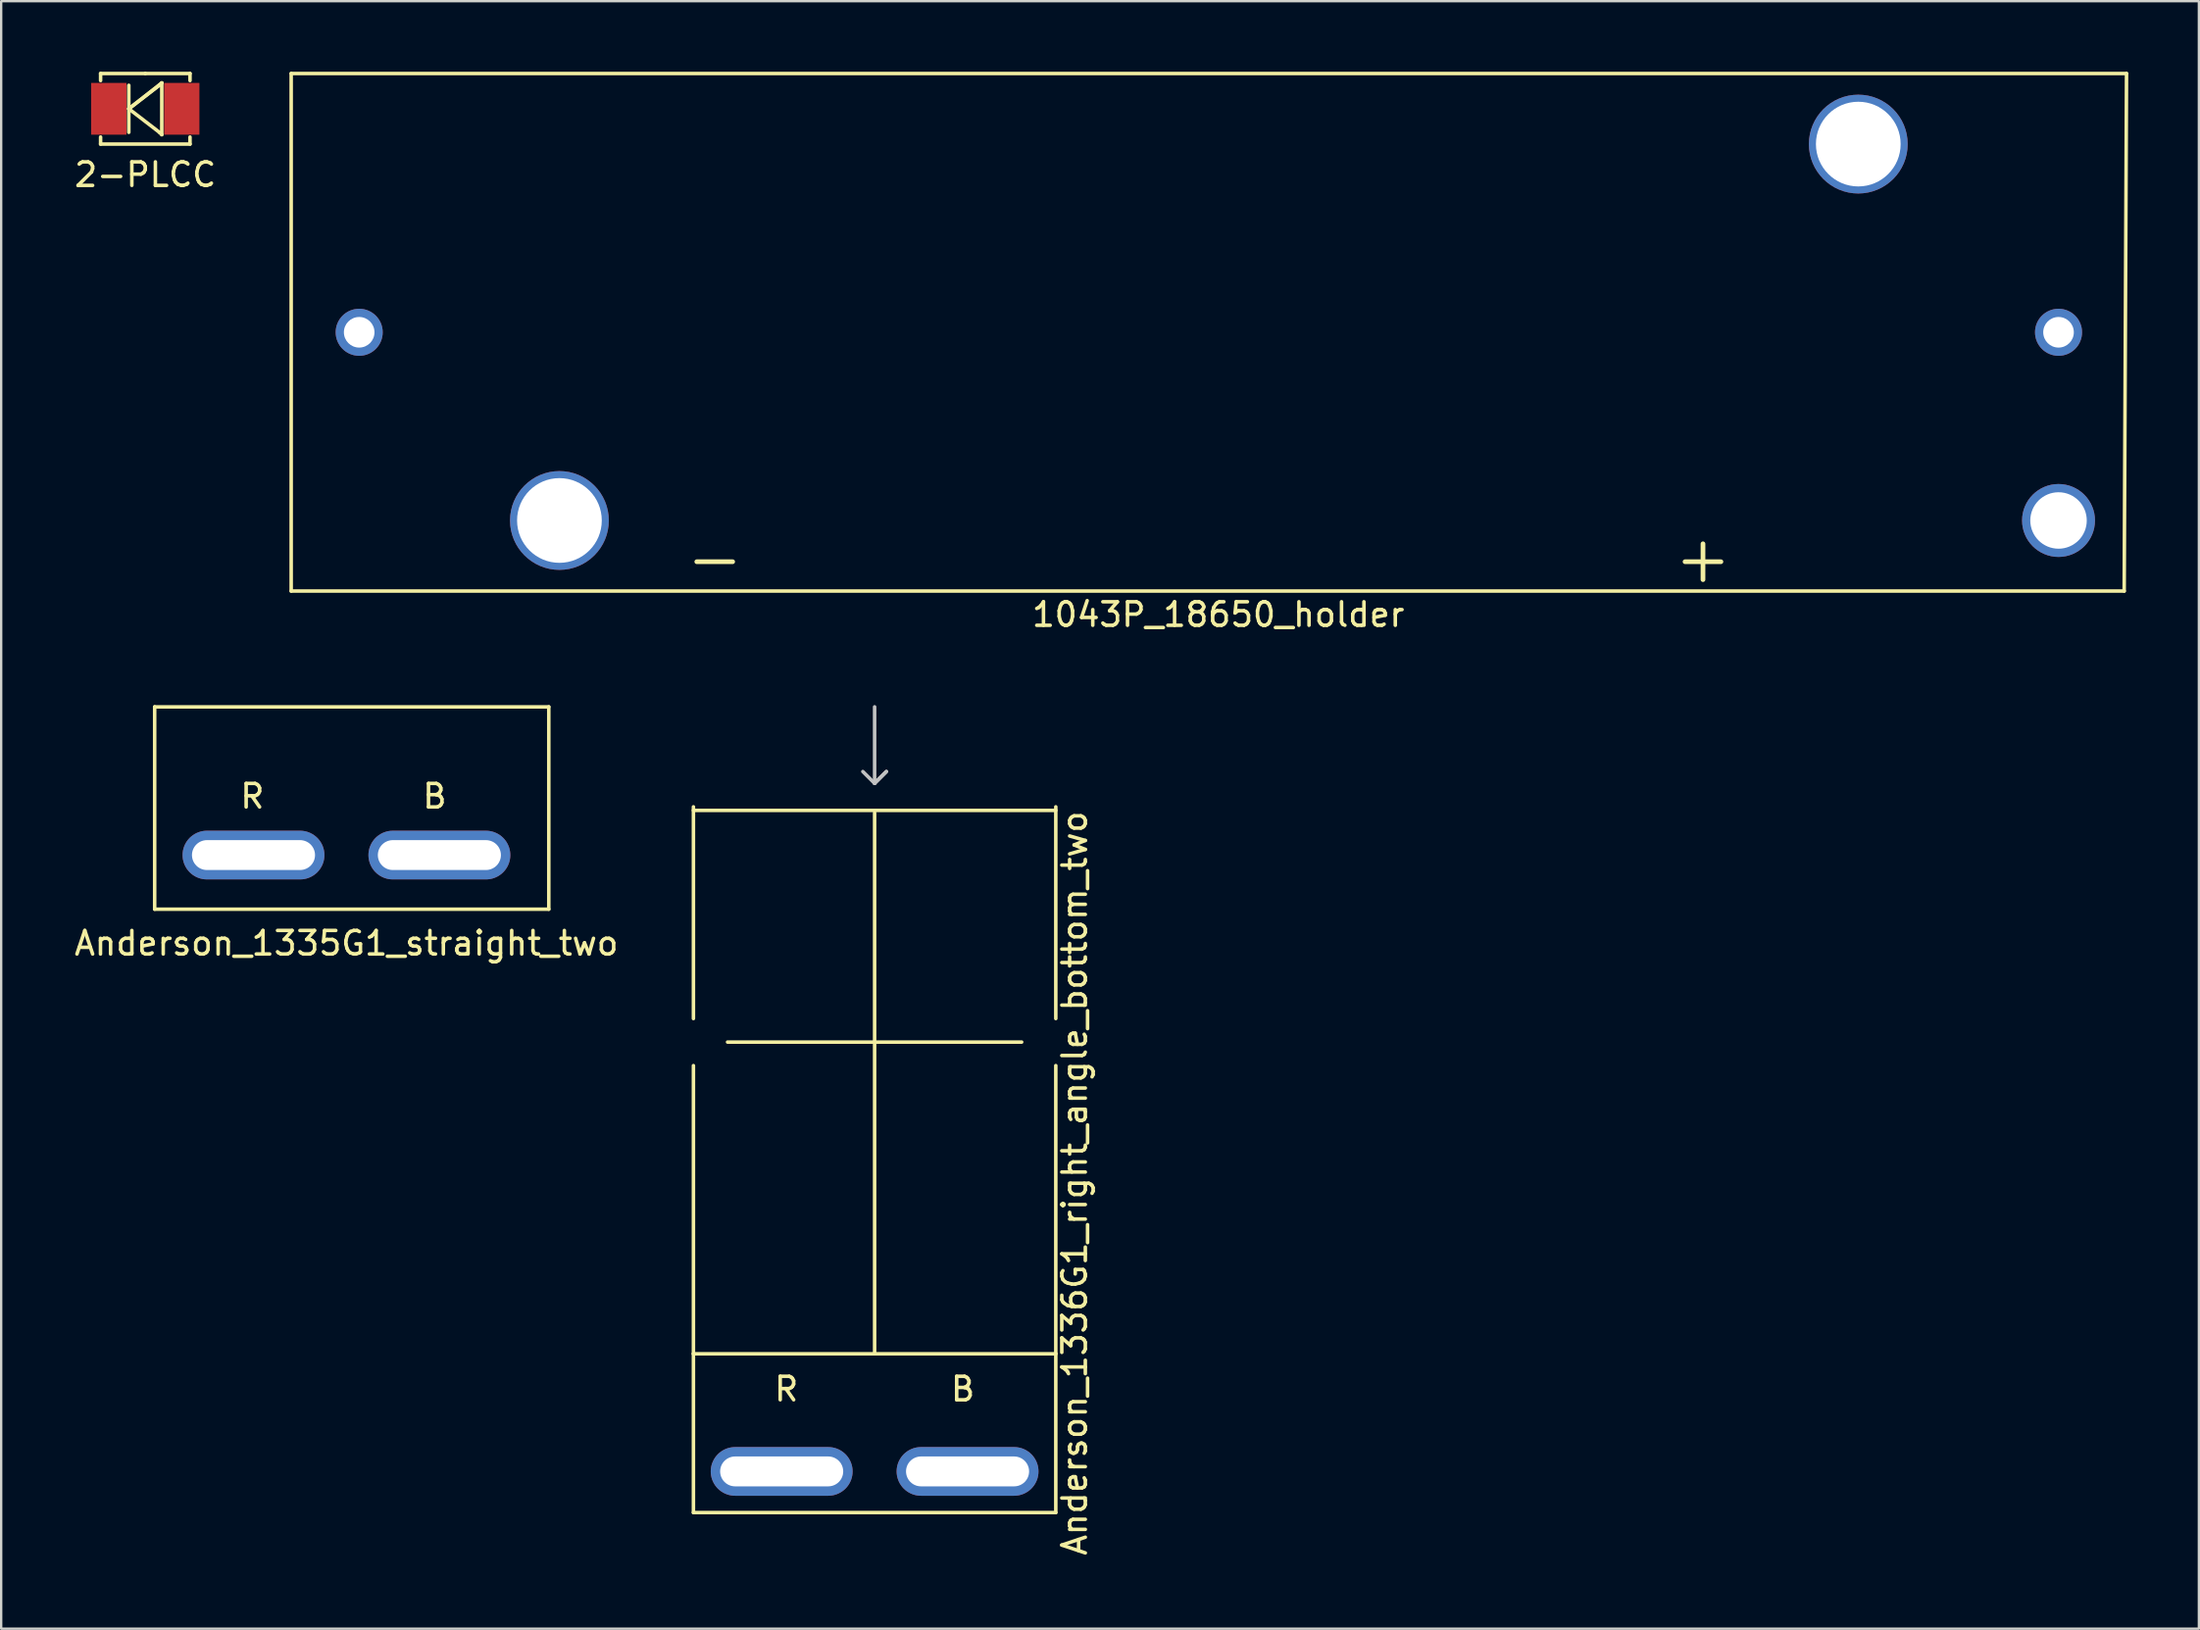
<source format=kicad_pcb>
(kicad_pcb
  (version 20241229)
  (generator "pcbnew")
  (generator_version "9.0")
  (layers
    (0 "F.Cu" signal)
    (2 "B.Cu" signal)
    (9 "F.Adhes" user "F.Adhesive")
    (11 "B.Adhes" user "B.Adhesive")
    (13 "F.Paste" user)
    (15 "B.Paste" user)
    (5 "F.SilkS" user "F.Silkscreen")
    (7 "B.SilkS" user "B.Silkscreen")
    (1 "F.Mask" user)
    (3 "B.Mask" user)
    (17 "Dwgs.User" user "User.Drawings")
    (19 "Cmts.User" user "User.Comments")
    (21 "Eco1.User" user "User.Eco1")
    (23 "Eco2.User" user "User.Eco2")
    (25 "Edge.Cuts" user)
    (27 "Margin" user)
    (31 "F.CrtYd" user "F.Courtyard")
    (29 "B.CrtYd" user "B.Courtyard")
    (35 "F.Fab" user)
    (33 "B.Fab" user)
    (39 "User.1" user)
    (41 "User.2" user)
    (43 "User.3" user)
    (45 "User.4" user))
  (footprint "Anderson_1335G1_straight_two"
    (layer "F.Cu")
    (at 11.673 31.898)
    (property "Reference" "Anderson_1335G1_straight_two" (at 0 5.15 0) (layer "F.SilkS") (effects (font (size 1 1) (thickness 0.15))))
    (attr through_hole)
    (fp_line (start -8.15 -4.9) (end 8.6 -4.9) (stroke (width 0.15) (type solid)) (layer "F.SilkS"))
    (fp_line (start -8.15 3.7) (end -8.15 -4.9) (stroke (width 0.15) (type solid)) (layer "F.SilkS"))
    (fp_line (start 8.6 -4.9) (end 8.6 3.7) (stroke (width 0.15) (type solid)) (layer "F.SilkS"))
    (fp_line (start 8.6 3.7) (end -8.15 3.7) (stroke (width 0.15) (type solid)) (layer "F.SilkS"))
    (fp_text user "B" (at 3.75 -1.1 0) (layer "F.SilkS") (effects (font (size 1 1) (thickness 0.15))))
    (fp_text user "R" (at -4 -1.1 0) (layer "F.SilkS") (effects (font (size 1 1) (thickness 0.15))))
    (pad "1" thru_hole oval (at -3.95 1.4) (size 6.03 2.07) (drill oval 5.23 1.27) (layers "*.Cu" "*.Mask"))
    (pad "2" thru_hole oval (at 3.95 1.4) (size 6.03 2.07) (drill oval 5.23 1.27) (layers "*.Cu" "*.Mask")))
  (footprint "1043P_18650_holder"
    (layer "F.Cu")
    (at 48.325 11.075)
    (property "Reference" "1043P_18650_holder" (at 0.4 12 0) (layer "F.SilkS") (effects (font (size 1 1) (thickness 0.15))))
    (attr through_hole)
    (fp_line (start -39 -11) (end 39 -11) (stroke (width 0.15) (type solid)) (layer "F.SilkS"))
    (fp_line (start -39 11) (end -39 -11) (stroke (width 0.15) (type solid)) (layer "F.SilkS"))
    (fp_line (start 38.9 11) (end -39 11) (stroke (width 0.15) (type solid)) (layer "F.SilkS"))
    (fp_line (start 39 -11) (end 38.9 11) (stroke (width 0.15) (type solid)) (layer "F.SilkS"))
    (fp_text user "+" (at 21 9.6 0) (layer "F.SilkS") (effects (font (size 2 2) (thickness 0.2))))
    (fp_text user "-" (at -21 9.6 0) (layer "F.SilkS") (effects (font (size 2 2) (thickness 0.2))))
    (pad "" thru_hole circle (at -27.6 8) (size 4.2 4.2) (drill 3.6) (layers "*.Cu" "*.Mask"))
    (pad "" thru_hole circle (at 27.6 -8) (size 4.2 4.2) (drill 3.6) (layers "*.Cu" "*.Mask"))
    (pad "" thru_hole circle (at 36.11 8) (size 3.1 3.1) (drill 2.4) (layers "*.Cu" "*.Mask"))
    (pad "+" thru_hole circle (at 36.11 0) (size 2 2) (drill 1.3) (layers "*.Cu" "*.Mask"))
    (pad "-" thru_hole circle (at -36.11 0) (size 2 2) (drill 1.3) (layers "*.Cu" "*.Mask")))
  (footprint "2-PLCC"
    (layer "F.Cu")
    (at 3.125 1.575)
    (property "Reference" "2-PLCC" (at 0 2.8 0) (layer "F.SilkS") (effects (font (size 1 1) (thickness 0.15))))
    (attr through_hole)
    (fp_line (start -1.9 -1.5) (end -1.9 -1.2) (stroke (width 0.15) (type solid)) (layer "F.SilkS"))
    (fp_line (start -1.9 1.2) (end -1.9 1.5) (stroke (width 0.15) (type solid)) (layer "F.SilkS"))
    (fp_line (start -1.9 1.5) (end 1.9 1.5) (stroke (width 0.15) (type solid)) (layer "F.SilkS"))
    (fp_line (start -0.7 -1) (end -0.7 1) (stroke (width 0.15) (type solid)) (layer "F.SilkS"))
    (fp_line (start -0.7 0) (end 0.6 -1) (stroke (width 0.15) (type solid)) (layer "F.SilkS"))
    (fp_line (start 0 -1.5) (end -1.9 -1.5) (stroke (width 0.15) (type solid)) (layer "F.SilkS"))
    (fp_line (start 0.6 -1) (end 0.7 -1.1) (stroke (width 0.15) (type solid)) (layer "F.SilkS"))
    (fp_line (start 0.6 1) (end -0.7 0) (stroke (width 0.15) (type solid)) (layer "F.SilkS"))
    (fp_line (start 0.7 -1.1) (end -0.7 0) (stroke (width 0.15) (type solid)) (layer "F.SilkS"))
    (fp_line (start 0.7 -1.1) (end 0.7 1.1) (stroke (width 0.15) (type solid)) (layer "F.SilkS"))
    (fp_line (start 0.7 1.1) (end 0.6 1) (stroke (width 0.15) (type solid)) (layer "F.SilkS"))
    (fp_line (start 1.9 -1.5) (end 0 -1.5) (stroke (width 0.15) (type solid)) (layer "F.SilkS"))
    (fp_line (start 1.9 -1.2) (end 1.9 -1.5) (stroke (width 0.15) (type solid)) (layer "F.SilkS"))
    (fp_line (start 1.9 1.5) (end 1.9 1.2) (stroke (width 0.15) (type solid)) (layer "F.SilkS"))
    (pad "1" smd rect (at -1.55 0) (size 1.5 2.2) (layers "F.Cu" "F.Mask" "F.Paste"))
    (pad "2" smd rect (at 1.55 0) (size 1.5 2.2) (layers "F.Cu" "F.Mask" "F.Paste")))
  (footprint "Anderson_1336G1_right_angle_bottom_two"
    (layer "F.Cu")
    (at 34.12 59.498)
    (property "Reference" "Anderson_1336G1_right_angle_bottom_two" (at 8.5 -12.25 90) (layer "F.SilkS") (effects (font (size 1 1) (thickness 0.15))))
    (attr through_hole)
    (fp_line (start -7.7 -28.25) (end -7.7 -19.25) (stroke (width 0.15) (type solid)) (layer "F.SilkS"))
    (fp_line (start -7.7 -28.1) (end 7.7 -28.1) (stroke (width 0.15) (type solid)) (layer "F.SilkS"))
    (fp_line (start -7.7 -17.25) (end -7.7 -5) (stroke (width 0.15) (type solid)) (layer "F.SilkS"))
    (fp_line (start -7.7 -5) (end -7.7 1.75) (stroke (width 0.15) (type solid)) (layer "F.SilkS"))
    (fp_line (start -7.7 -5) (end 7.7 -5) (stroke (width 0.15) (type solid)) (layer "F.SilkS"))
    (fp_line (start -7.7 1.75) (end 7.7 1.75) (stroke (width 0.15) (type solid)) (layer "F.SilkS"))
    (fp_line (start -6.25 -18.25) (end 6.25 -18.25) (stroke (width 0.15) (type solid)) (layer "F.SilkS"))
    (fp_line (start 0 -28) (end 0 -5) (stroke (width 0.15) (type solid)) (layer "F.SilkS"))
    (fp_line (start 7.7 -19.25) (end 7.7 -28.25) (stroke (width 0.15) (type solid)) (layer "F.SilkS"))
    (fp_line (start 7.7 -5) (end 7.7 -17.25) (stroke (width 0.15) (type solid)) (layer "F.SilkS"))
    (fp_line (start 7.7 1.75) (end 7.7 -5) (stroke (width 0.15) (type solid)) (layer "F.SilkS"))
    (fp_line (start 0 -32.5) (end 0 -29.25) (stroke (width 0.15) (type solid)) (layer "Dwgs.User"))
    (fp_line (start 0 -29.25) (end -0.5 -29.75) (stroke (width 0.15) (type solid)) (layer "Dwgs.User"))
    (fp_line (start 0 -29.25) (end 0.5 -29.75) (stroke (width 0.15) (type solid)) (layer "Dwgs.User"))
    (fp_line (start 0.5 -29.75) (end 0 -29.25) (stroke (width 0.15) (type solid)) (layer "Dwgs.User"))
    (fp_text user "R" (at -3.75 -3.5 0) (layer "F.SilkS") (effects (font (size 1 1) (thickness 0.15))))
    (fp_text user "B" (at 3.75 -3.5 0) (layer "F.SilkS") (effects (font (size 1 1) (thickness 0.15))))
    (pad "1" thru_hole oval (at -3.95 0) (size 6.03 2.07) (drill oval 5.23 1.27) (layers "*.Cu" "*.Mask"))
    (pad "2" thru_hole oval (at 3.95 0) (size 6.03 2.07) (drill oval 5.23 1.27) (layers "*.Cu" "*.Mask")))
  (gr_rect
    (start -3 -3)
    (end 90.4 66.183)
    (stroke (width 0.1) (type default))
    (fill no)
    (layer "Edge.Cuts")))
</source>
